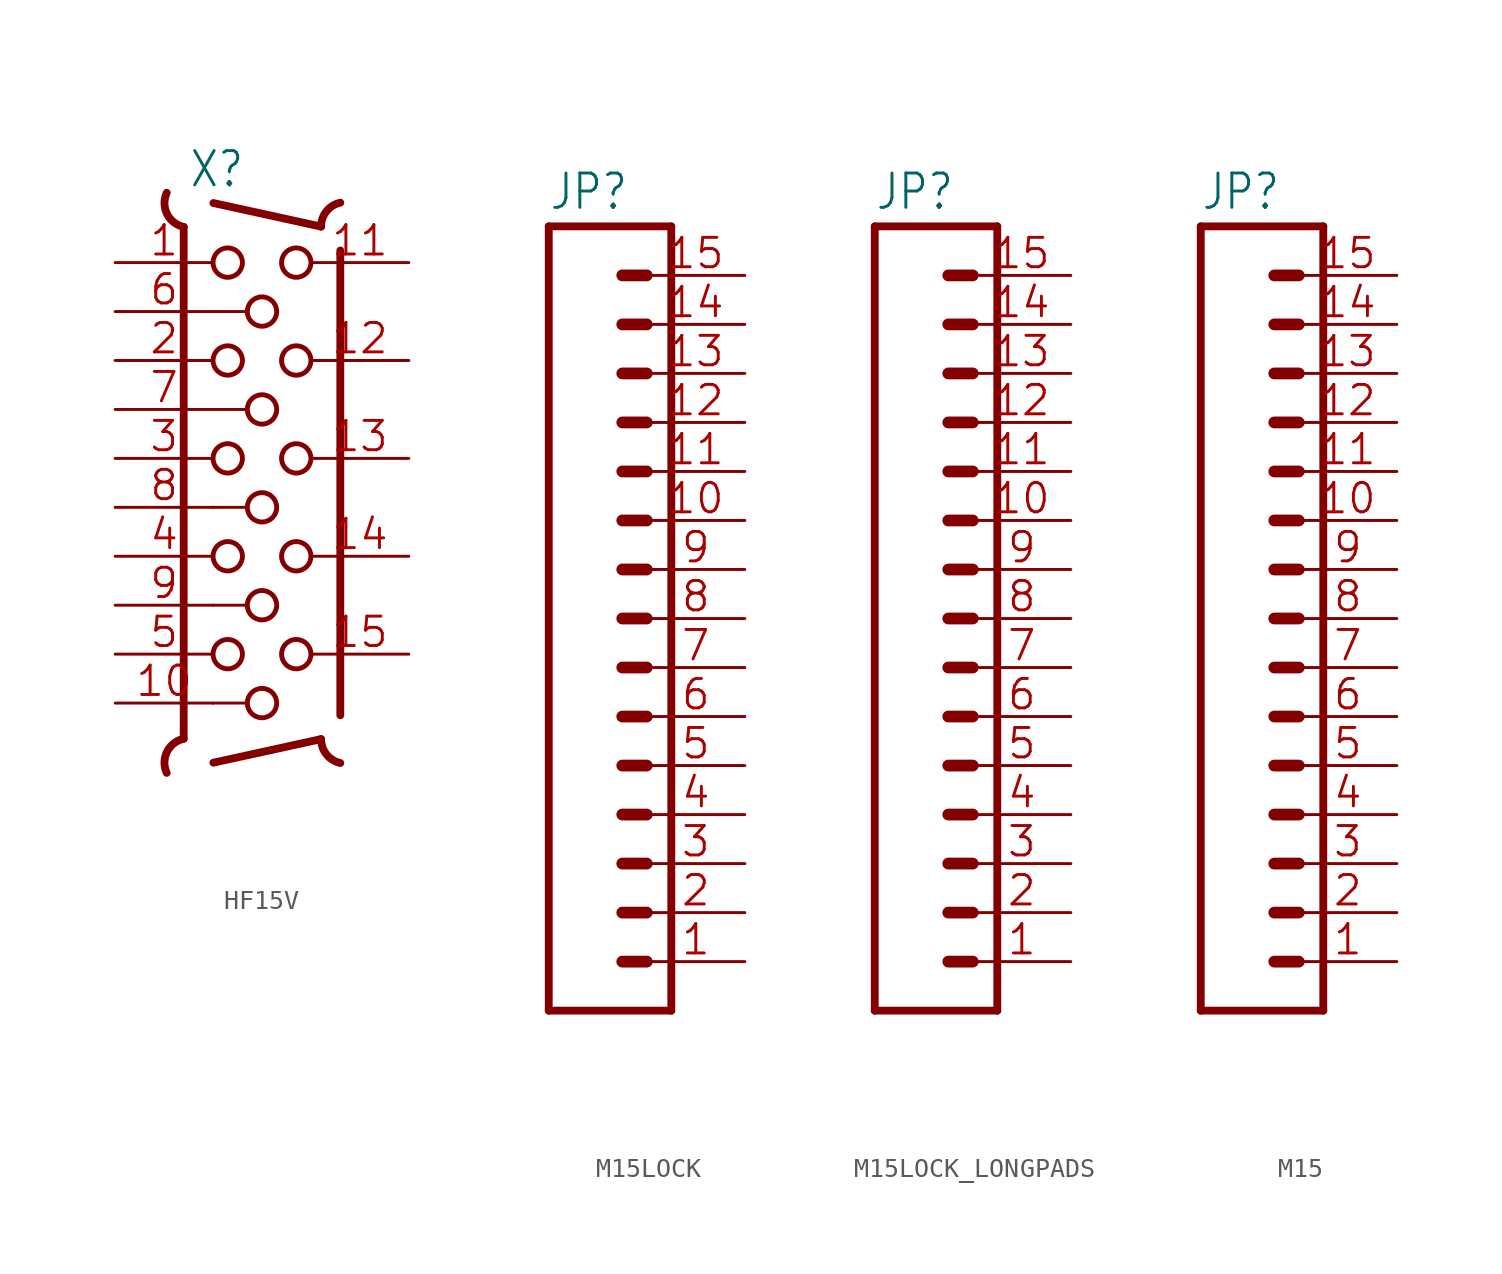
<source format=kicad_sym>
(kicad_symbol_lib
  (version 20241209)
  (generator "kicad_symbol_editor")
  (generator_version "9.0")
  (symbol "HF15V"
    (property "Reference" "X"
      (at -3.81 13.97 0)
      (effects (font (size 1.778 1.511)) (justify left bottom)))
    (property "Value" ""
      (at -4.445 -18.415 0)
      (effects (font (size 1.778 1.511)) (justify left bottom)))
    (property "ki_locked" ""
      (at 0 0 0)
      (effects (font (size 1.27 1.27))))
    (symbol "HF15V_1_0"
      (polyline (pts (xy -4.064 -14.551) (xy -4.064 12.011)) (stroke (width 0.406) (type solid)) (fill (type none)))
      (arc (start -4.064 12.0112) (mid -4.9294 12.6852) (end -4.9471 13.782) (stroke (width 0.4064) (type solid)) (fill (type none)))
      (arc (start -4.9467 -16.3221) (mid -4.9293 -15.2253) (end -4.064 -14.5512) (stroke (width 0.4064) (type solid)) (fill (type none)))
      (polyline (pts (xy -2.54 7.62) (xy -0.762 7.62)) (stroke (width 0.152) (type solid)) (fill (type none)))
      (polyline (pts (xy -2.54 2.54) (xy -0.762 2.54)) (stroke (width 0.152) (type solid)) (fill (type none)))
      (polyline (pts (xy -2.54 -2.54) (xy -0.762 -2.54)) (stroke (width 0.152) (type solid)) (fill (type none)))
      (polyline (pts (xy -2.54 -7.62) (xy -0.762 -7.62)) (stroke (width 0.152) (type solid)) (fill (type none)))
      (polyline (pts (xy -2.54 -12.7) (xy -0.762 -12.7)) (stroke (width 0.152) (type solid)) (fill (type none)))
      (polyline (pts (xy -2.523 13.252) (xy 3.065 12.029)) (stroke (width 0.406) (type solid)) (fill (type none)))
      (polyline (pts (xy -2.523 -15.792) (xy 3.065 -14.569)) (stroke (width 0.406) (type solid)) (fill (type none)))
      (circle (center -1.778 10.16) (radius 0.762) (stroke (width 0.254) (type solid)) (fill (type none)))
      (circle (center -1.778 5.08) (radius 0.762) (stroke (width 0.254) (type solid)) (fill (type none)))
      (circle (center -1.778 0) (radius 0.762) (stroke (width 0.254) (type solid)) (fill (type none)))
      (circle (center -1.778 -5.08) (radius 0.762) (stroke (width 0.254) (type solid)) (fill (type none)))
      (circle (center -1.778 -10.16) (radius 0.762) (stroke (width 0.254) (type solid)) (fill (type none)))
      (circle (center 0 7.62) (radius 0.762) (stroke (width 0.254) (type solid)) (fill (type none)))
      (circle (center 0 2.54) (radius 0.762) (stroke (width 0.254) (type solid)) (fill (type none)))
      (circle (center 0 -2.54) (radius 0.762) (stroke (width 0.254) (type solid)) (fill (type none)))
      (circle (center 0 -7.62) (radius 0.762) (stroke (width 0.254) (type solid)) (fill (type none)))
      (circle (center 0 -12.7) (radius 0.762) (stroke (width 0.254) (type solid)) (fill (type none)))
      (circle (center 1.778 10.16) (radius 0.762) (stroke (width 0.254) (type solid)) (fill (type none)))
      (circle (center 1.778 5.08) (radius 0.762) (stroke (width 0.254) (type solid)) (fill (type none)))
      (circle (center 1.778 0) (radius 0.762) (stroke (width 0.254) (type solid)) (fill (type none)))
      (circle (center 1.778 -5.08) (radius 0.762) (stroke (width 0.254) (type solid)) (fill (type none)))
      (circle (center 1.778 -10.16) (radius 0.762) (stroke (width 0.254) (type solid)) (fill (type none)))
      (polyline (pts (xy 4.064 -13.329) (xy 4.064 10.789)) (stroke (width 0.406) (type solid)) (fill (type none)))
      (arc (start 4.0639 -15.81) (mid 3.3461 -15.3656) (end 3.0654 -14.5694) (stroke (width 0.4064) (type solid)) (fill (type none)))
      (arc (start 3.0654 12.0295) (mid 3.3459 12.8259) (end 4.0638 13.2704) (stroke (width 0.4064) (type solid)) (fill (type none)))
      (pin passive line (at -7.62 10.16 0) (length 5.08) (name "1" (effects (font (size 0 0)))) (number "1" (effects (font (size 1.524 1.524)))))
      (pin passive line (at -7.62 7.62 0) (length 5.08) (name "6" (effects (font (size 0 0)))) (number "6" (effects (font (size 1.524 1.524)))))
      (pin passive line (at -7.62 5.08 0) (length 5.08) (name "2" (effects (font (size 0 0)))) (number "2" (effects (font (size 1.524 1.524)))))
      (pin passive line (at -7.62 2.54 0) (length 5.08) (name "7" (effects (font (size 0 0)))) (number "7" (effects (font (size 1.524 1.524)))))
      (pin passive line (at -7.62 0 0) (length 5.08) (name "3" (effects (font (size 0 0)))) (number "3" (effects (font (size 1.524 1.524)))))
      (pin passive line (at -7.62 -2.54 0) (length 5.08) (name "8" (effects (font (size 0 0)))) (number "8" (effects (font (size 1.524 1.524)))))
      (pin passive line (at -7.62 -5.08 0) (length 5.08) (name "4" (effects (font (size 0 0)))) (number "4" (effects (font (size 1.524 1.524)))))
      (pin passive line (at -7.62 -7.62 0) (length 5.08) (name "9" (effects (font (size 0 0)))) (number "9" (effects (font (size 1.524 1.524)))))
      (pin passive line (at -7.62 -10.16 0) (length 5.08) (name "5" (effects (font (size 0 0)))) (number "5" (effects (font (size 1.524 1.524)))))
      (pin passive line (at -7.62 -12.7 0) (length 5.08) (name "10" (effects (font (size 0 0)))) (number "10" (effects (font (size 1.524 1.524)))))
      (pin passive line (at 7.62 10.16 180) (length 5.08) (name "11" (effects (font (size 0 0)))) (number "11" (effects (font (size 1.524 1.524)))))
      (pin passive line (at 7.62 5.08 180) (length 5.08) (name "12" (effects (font (size 0 0)))) (number "12" (effects (font (size 1.524 1.524)))))
      (pin passive line (at 7.62 0 180) (length 5.08) (name "13" (effects (font (size 0 0)))) (number "13" (effects (font (size 1.524 1.524)))))
      (pin passive line (at 7.62 -5.08 180) (length 5.08) (name "14" (effects (font (size 0 0)))) (number "14" (effects (font (size 1.524 1.524)))))
      (pin passive line (at 7.62 -10.16 180) (length 5.08) (name "15" (effects (font (size 0 0)))) (number "15" (effects (font (size 1.524 1.524)))))))
  (symbol "M15LOCK"
    (property "Reference" "JP"
      (at 0 21.082 0)
      (effects (font (size 1.778 1.511)) (justify left bottom)))
    (property "Value" ""
      (at 0 -22.86 0)
      (effects (font (size 1.778 1.511)) (justify left bottom)))
    (property "ki_locked" ""
      (at 0 0 0)
      (effects (font (size 1.27 1.27))))
    (symbol "M15LOCK_1_0"
      (polyline (pts (xy 0 20.32) (xy 0 -20.32)) (stroke (width 0.406) (type solid)) (fill (type none)))
      (polyline (pts (xy 0 20.32) (xy 6.35 20.32)) (stroke (width 0.406) (type solid)) (fill (type none)))
      (polyline (pts (xy 3.81 17.78) (xy 5.08 17.78)) (stroke (width 0.61) (type solid)) (fill (type none)))
      (polyline (pts (xy 3.81 15.24) (xy 5.08 15.24)) (stroke (width 0.61) (type solid)) (fill (type none)))
      (polyline (pts (xy 3.81 12.7) (xy 5.08 12.7)) (stroke (width 0.61) (type solid)) (fill (type none)))
      (polyline (pts (xy 3.81 10.16) (xy 5.08 10.16)) (stroke (width 0.61) (type solid)) (fill (type none)))
      (polyline (pts (xy 3.81 7.62) (xy 5.08 7.62)) (stroke (width 0.61) (type solid)) (fill (type none)))
      (polyline (pts (xy 3.81 5.08) (xy 5.08 5.08)) (stroke (width 0.61) (type solid)) (fill (type none)))
      (polyline (pts (xy 3.81 2.54) (xy 5.08 2.54)) (stroke (width 0.61) (type solid)) (fill (type none)))
      (polyline (pts (xy 3.81 0) (xy 5.08 0)) (stroke (width 0.61) (type solid)) (fill (type none)))
      (polyline (pts (xy 3.81 -2.54) (xy 5.08 -2.54)) (stroke (width 0.61) (type solid)) (fill (type none)))
      (polyline (pts (xy 3.81 -5.08) (xy 5.08 -5.08)) (stroke (width 0.61) (type solid)) (fill (type none)))
      (polyline (pts (xy 3.81 -7.62) (xy 5.08 -7.62)) (stroke (width 0.61) (type solid)) (fill (type none)))
      (polyline (pts (xy 3.81 -10.16) (xy 5.08 -10.16)) (stroke (width 0.61) (type solid)) (fill (type none)))
      (polyline (pts (xy 3.81 -12.7) (xy 5.08 -12.7)) (stroke (width 0.61) (type solid)) (fill (type none)))
      (polyline (pts (xy 3.81 -15.24) (xy 5.08 -15.24)) (stroke (width 0.61) (type solid)) (fill (type none)))
      (polyline (pts (xy 3.81 -17.78) (xy 5.08 -17.78)) (stroke (width 0.61) (type solid)) (fill (type none)))
      (polyline (pts (xy 6.35 -20.32) (xy 0 -20.32)) (stroke (width 0.406) (type solid)) (fill (type none)))
      (polyline (pts (xy 6.35 -20.32) (xy 6.35 20.32)) (stroke (width 0.406) (type solid)) (fill (type none)))
      (pin passive line (at 10.16 17.78 180) (length 5.08) (name "15" (effects (font (size 0 0)))) (number "15" (effects (font (size 1.524 1.524)))))
      (pin passive line (at 10.16 15.24 180) (length 5.08) (name "14" (effects (font (size 0 0)))) (number "14" (effects (font (size 1.524 1.524)))))
      (pin passive line (at 10.16 12.7 180) (length 5.08) (name "13" (effects (font (size 0 0)))) (number "13" (effects (font (size 1.524 1.524)))))
      (pin passive line (at 10.16 10.16 180) (length 5.08) (name "12" (effects (font (size 0 0)))) (number "12" (effects (font (size 1.524 1.524)))))
      (pin passive line (at 10.16 7.62 180) (length 5.08) (name "11" (effects (font (size 0 0)))) (number "11" (effects (font (size 1.524 1.524)))))
      (pin passive line (at 10.16 5.08 180) (length 5.08) (name "10" (effects (font (size 0 0)))) (number "10" (effects (font (size 1.524 1.524)))))
      (pin passive line (at 10.16 2.54 180) (length 5.08) (name "9" (effects (font (size 0 0)))) (number "9" (effects (font (size 1.524 1.524)))))
      (pin passive line (at 10.16 0 180) (length 5.08) (name "8" (effects (font (size 0 0)))) (number "8" (effects (font (size 1.524 1.524)))))
      (pin passive line (at 10.16 -2.54 180) (length 5.08) (name "7" (effects (font (size 0 0)))) (number "7" (effects (font (size 1.524 1.524)))))
      (pin passive line (at 10.16 -5.08 180) (length 5.08) (name "6" (effects (font (size 0 0)))) (number "6" (effects (font (size 1.524 1.524)))))
      (pin passive line (at 10.16 -7.62 180) (length 5.08) (name "5" (effects (font (size 0 0)))) (number "5" (effects (font (size 1.524 1.524)))))
      (pin passive line (at 10.16 -10.16 180) (length 5.08) (name "4" (effects (font (size 0 0)))) (number "4" (effects (font (size 1.524 1.524)))))
      (pin passive line (at 10.16 -12.7 180) (length 5.08) (name "3" (effects (font (size 0 0)))) (number "3" (effects (font (size 1.524 1.524)))))
      (pin passive line (at 10.16 -15.24 180) (length 5.08) (name "2" (effects (font (size 0 0)))) (number "2" (effects (font (size 1.524 1.524)))))
      (pin passive line (at 10.16 -17.78 180) (length 5.08) (name "1" (effects (font (size 0 0)))) (number "1" (effects (font (size 1.524 1.524)))))))
  (symbol "M15LOCK_LONGPADS"
    (property "Reference" "JP"
      (at 0 21.082 0)
      (effects (font (size 1.778 1.511)) (justify left bottom)))
    (property "Value" ""
      (at 0 -22.86 0)
      (effects (font (size 1.778 1.511)) (justify left bottom)))
    (property "ki_locked" ""
      (at 0 0 0)
      (effects (font (size 1.27 1.27))))
    (symbol "M15LOCK_LONGPADS_1_0"
      (polyline (pts (xy 0 20.32) (xy 0 -20.32)) (stroke (width 0.406) (type solid)) (fill (type none)))
      (polyline (pts (xy 0 20.32) (xy 6.35 20.32)) (stroke (width 0.406) (type solid)) (fill (type none)))
      (polyline (pts (xy 3.81 17.78) (xy 5.08 17.78)) (stroke (width 0.61) (type solid)) (fill (type none)))
      (polyline (pts (xy 3.81 15.24) (xy 5.08 15.24)) (stroke (width 0.61) (type solid)) (fill (type none)))
      (polyline (pts (xy 3.81 12.7) (xy 5.08 12.7)) (stroke (width 0.61) (type solid)) (fill (type none)))
      (polyline (pts (xy 3.81 10.16) (xy 5.08 10.16)) (stroke (width 0.61) (type solid)) (fill (type none)))
      (polyline (pts (xy 3.81 7.62) (xy 5.08 7.62)) (stroke (width 0.61) (type solid)) (fill (type none)))
      (polyline (pts (xy 3.81 5.08) (xy 5.08 5.08)) (stroke (width 0.61) (type solid)) (fill (type none)))
      (polyline (pts (xy 3.81 2.54) (xy 5.08 2.54)) (stroke (width 0.61) (type solid)) (fill (type none)))
      (polyline (pts (xy 3.81 0) (xy 5.08 0)) (stroke (width 0.61) (type solid)) (fill (type none)))
      (polyline (pts (xy 3.81 -2.54) (xy 5.08 -2.54)) (stroke (width 0.61) (type solid)) (fill (type none)))
      (polyline (pts (xy 3.81 -5.08) (xy 5.08 -5.08)) (stroke (width 0.61) (type solid)) (fill (type none)))
      (polyline (pts (xy 3.81 -7.62) (xy 5.08 -7.62)) (stroke (width 0.61) (type solid)) (fill (type none)))
      (polyline (pts (xy 3.81 -10.16) (xy 5.08 -10.16)) (stroke (width 0.61) (type solid)) (fill (type none)))
      (polyline (pts (xy 3.81 -12.7) (xy 5.08 -12.7)) (stroke (width 0.61) (type solid)) (fill (type none)))
      (polyline (pts (xy 3.81 -15.24) (xy 5.08 -15.24)) (stroke (width 0.61) (type solid)) (fill (type none)))
      (polyline (pts (xy 3.81 -17.78) (xy 5.08 -17.78)) (stroke (width 0.61) (type solid)) (fill (type none)))
      (polyline (pts (xy 6.35 -20.32) (xy 0 -20.32)) (stroke (width 0.406) (type solid)) (fill (type none)))
      (polyline (pts (xy 6.35 -20.32) (xy 6.35 20.32)) (stroke (width 0.406) (type solid)) (fill (type none)))
      (pin passive line (at 10.16 17.78 180) (length 5.08) (name "15" (effects (font (size 0 0)))) (number "15" (effects (font (size 1.524 1.524)))))
      (pin passive line (at 10.16 15.24 180) (length 5.08) (name "14" (effects (font (size 0 0)))) (number "14" (effects (font (size 1.524 1.524)))))
      (pin passive line (at 10.16 12.7 180) (length 5.08) (name "13" (effects (font (size 0 0)))) (number "13" (effects (font (size 1.524 1.524)))))
      (pin passive line (at 10.16 10.16 180) (length 5.08) (name "12" (effects (font (size 0 0)))) (number "12" (effects (font (size 1.524 1.524)))))
      (pin passive line (at 10.16 7.62 180) (length 5.08) (name "11" (effects (font (size 0 0)))) (number "11" (effects (font (size 1.524 1.524)))))
      (pin passive line (at 10.16 5.08 180) (length 5.08) (name "10" (effects (font (size 0 0)))) (number "10" (effects (font (size 1.524 1.524)))))
      (pin passive line (at 10.16 2.54 180) (length 5.08) (name "9" (effects (font (size 0 0)))) (number "9" (effects (font (size 1.524 1.524)))))
      (pin passive line (at 10.16 0 180) (length 5.08) (name "8" (effects (font (size 0 0)))) (number "8" (effects (font (size 1.524 1.524)))))
      (pin passive line (at 10.16 -2.54 180) (length 5.08) (name "7" (effects (font (size 0 0)))) (number "7" (effects (font (size 1.524 1.524)))))
      (pin passive line (at 10.16 -5.08 180) (length 5.08) (name "6" (effects (font (size 0 0)))) (number "6" (effects (font (size 1.524 1.524)))))
      (pin passive line (at 10.16 -7.62 180) (length 5.08) (name "5" (effects (font (size 0 0)))) (number "5" (effects (font (size 1.524 1.524)))))
      (pin passive line (at 10.16 -10.16 180) (length 5.08) (name "4" (effects (font (size 0 0)))) (number "4" (effects (font (size 1.524 1.524)))))
      (pin passive line (at 10.16 -12.7 180) (length 5.08) (name "3" (effects (font (size 0 0)))) (number "3" (effects (font (size 1.524 1.524)))))
      (pin passive line (at 10.16 -15.24 180) (length 5.08) (name "2" (effects (font (size 0 0)))) (number "2" (effects (font (size 1.524 1.524)))))
      (pin passive line (at 10.16 -17.78 180) (length 5.08) (name "1" (effects (font (size 0 0)))) (number "1" (effects (font (size 1.524 1.524)))))))
  (symbol "M15"
    (property "Reference" "JP"
      (at 0 21.082 0)
      (effects (font (size 1.778 1.511)) (justify left bottom)))
    (property "Value" ""
      (at 0 -22.86 0)
      (effects (font (size 1.778 1.511)) (justify left bottom)))
    (property "ki_locked" ""
      (at 0 0 0)
      (effects (font (size 1.27 1.27))))
    (symbol "M15_1_0"
      (polyline (pts (xy 0 20.32) (xy 0 -20.32)) (stroke (width 0.406) (type solid)) (fill (type none)))
      (polyline (pts (xy 0 20.32) (xy 6.35 20.32)) (stroke (width 0.406) (type solid)) (fill (type none)))
      (polyline (pts (xy 3.81 17.78) (xy 5.08 17.78)) (stroke (width 0.61) (type solid)) (fill (type none)))
      (polyline (pts (xy 3.81 15.24) (xy 5.08 15.24)) (stroke (width 0.61) (type solid)) (fill (type none)))
      (polyline (pts (xy 3.81 12.7) (xy 5.08 12.7)) (stroke (width 0.61) (type solid)) (fill (type none)))
      (polyline (pts (xy 3.81 10.16) (xy 5.08 10.16)) (stroke (width 0.61) (type solid)) (fill (type none)))
      (polyline (pts (xy 3.81 7.62) (xy 5.08 7.62)) (stroke (width 0.61) (type solid)) (fill (type none)))
      (polyline (pts (xy 3.81 5.08) (xy 5.08 5.08)) (stroke (width 0.61) (type solid)) (fill (type none)))
      (polyline (pts (xy 3.81 2.54) (xy 5.08 2.54)) (stroke (width 0.61) (type solid)) (fill (type none)))
      (polyline (pts (xy 3.81 0) (xy 5.08 0)) (stroke (width 0.61) (type solid)) (fill (type none)))
      (polyline (pts (xy 3.81 -2.54) (xy 5.08 -2.54)) (stroke (width 0.61) (type solid)) (fill (type none)))
      (polyline (pts (xy 3.81 -5.08) (xy 5.08 -5.08)) (stroke (width 0.61) (type solid)) (fill (type none)))
      (polyline (pts (xy 3.81 -7.62) (xy 5.08 -7.62)) (stroke (width 0.61) (type solid)) (fill (type none)))
      (polyline (pts (xy 3.81 -10.16) (xy 5.08 -10.16)) (stroke (width 0.61) (type solid)) (fill (type none)))
      (polyline (pts (xy 3.81 -12.7) (xy 5.08 -12.7)) (stroke (width 0.61) (type solid)) (fill (type none)))
      (polyline (pts (xy 3.81 -15.24) (xy 5.08 -15.24)) (stroke (width 0.61) (type solid)) (fill (type none)))
      (polyline (pts (xy 3.81 -17.78) (xy 5.08 -17.78)) (stroke (width 0.61) (type solid)) (fill (type none)))
      (polyline (pts (xy 6.35 -20.32) (xy 0 -20.32)) (stroke (width 0.406) (type solid)) (fill (type none)))
      (polyline (pts (xy 6.35 -20.32) (xy 6.35 20.32)) (stroke (width 0.406) (type solid)) (fill (type none)))
      (pin passive line (at 10.16 17.78 180) (length 5.08) (name "15" (effects (font (size 0 0)))) (number "15" (effects (font (size 1.524 1.524)))))
      (pin passive line (at 10.16 15.24 180) (length 5.08) (name "14" (effects (font (size 0 0)))) (number "14" (effects (font (size 1.524 1.524)))))
      (pin passive line (at 10.16 12.7 180) (length 5.08) (name "13" (effects (font (size 0 0)))) (number "13" (effects (font (size 1.524 1.524)))))
      (pin passive line (at 10.16 10.16 180) (length 5.08) (name "12" (effects (font (size 0 0)))) (number "12" (effects (font (size 1.524 1.524)))))
      (pin passive line (at 10.16 7.62 180) (length 5.08) (name "11" (effects (font (size 0 0)))) (number "11" (effects (font (size 1.524 1.524)))))
      (pin passive line (at 10.16 5.08 180) (length 5.08) (name "10" (effects (font (size 0 0)))) (number "10" (effects (font (size 1.524 1.524)))))
      (pin passive line (at 10.16 2.54 180) (length 5.08) (name "9" (effects (font (size 0 0)))) (number "9" (effects (font (size 1.524 1.524)))))
      (pin passive line (at 10.16 0 180) (length 5.08) (name "8" (effects (font (size 0 0)))) (number "8" (effects (font (size 1.524 1.524)))))
      (pin passive line (at 10.16 -2.54 180) (length 5.08) (name "7" (effects (font (size 0 0)))) (number "7" (effects (font (size 1.524 1.524)))))
      (pin passive line (at 10.16 -5.08 180) (length 5.08) (name "6" (effects (font (size 0 0)))) (number "6" (effects (font (size 1.524 1.524)))))
      (pin passive line (at 10.16 -7.62 180) (length 5.08) (name "5" (effects (font (size 0 0)))) (number "5" (effects (font (size 1.524 1.524)))))
      (pin passive line (at 10.16 -10.16 180) (length 5.08) (name "4" (effects (font (size 0 0)))) (number "4" (effects (font (size 1.524 1.524)))))
      (pin passive line (at 10.16 -12.7 180) (length 5.08) (name "3" (effects (font (size 0 0)))) (number "3" (effects (font (size 1.524 1.524)))))
      (pin passive line (at 10.16 -15.24 180) (length 5.08) (name "2" (effects (font (size 0 0)))) (number "2" (effects (font (size 1.524 1.524)))))
      (pin passive line (at 10.16 -17.78 180) (length 5.08) (name "1" (effects (font (size 0 0)))) (number "1" (effects (font (size 1.524 1.524))))))))
</source>
